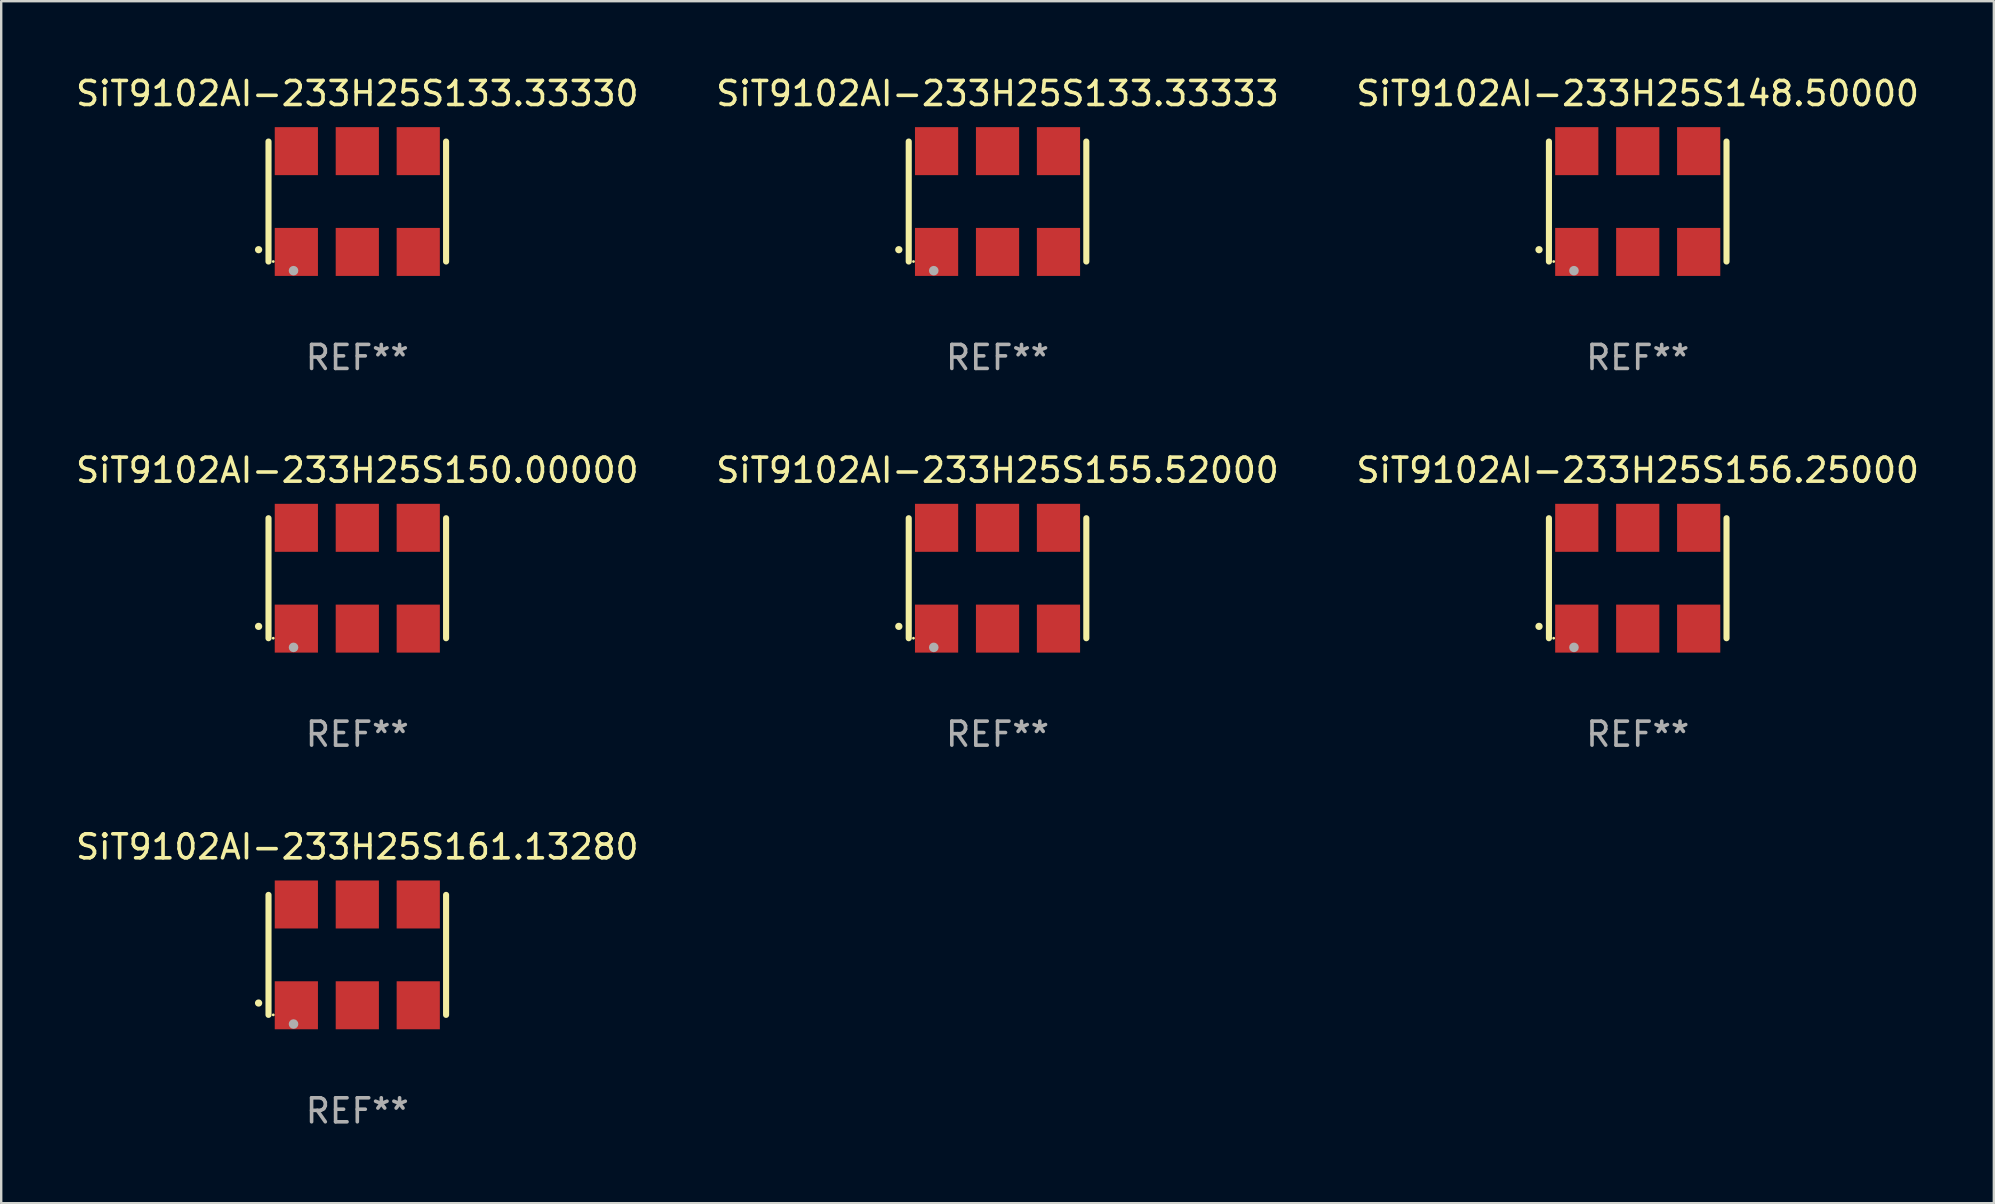
<source format=kicad_pcb>
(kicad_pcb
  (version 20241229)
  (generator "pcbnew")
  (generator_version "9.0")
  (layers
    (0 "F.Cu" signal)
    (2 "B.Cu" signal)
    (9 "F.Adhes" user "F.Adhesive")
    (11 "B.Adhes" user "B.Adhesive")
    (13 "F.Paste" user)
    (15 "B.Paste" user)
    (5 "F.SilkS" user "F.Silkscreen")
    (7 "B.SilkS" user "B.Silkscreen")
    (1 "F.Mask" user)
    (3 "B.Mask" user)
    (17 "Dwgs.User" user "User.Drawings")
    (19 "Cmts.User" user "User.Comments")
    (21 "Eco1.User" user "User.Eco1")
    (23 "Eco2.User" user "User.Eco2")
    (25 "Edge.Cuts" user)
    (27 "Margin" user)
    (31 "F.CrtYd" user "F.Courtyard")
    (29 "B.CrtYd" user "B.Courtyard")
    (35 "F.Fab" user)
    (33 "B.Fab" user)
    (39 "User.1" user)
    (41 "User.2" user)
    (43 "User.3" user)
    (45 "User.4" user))
  (footprint "SiT9102AI-233H25S155.52000"
    (layer "F.Cu")
    (at 38.518 21.045)
    (property "Reference" "SiT9102AI-233H25S155.52000" (at 0 -4.5 0) (layer "F.SilkS") (effects (font (size 1 1) (thickness 0.15))))
    (attr through_hole)
    (fp_line (start -3.7 -2.5) (end -3.7 2.5) (stroke (width 0.254) (type solid)) (layer "F.SilkS"))
    (fp_line (start 3.7 -2.5) (end 3.7 2.5) (stroke (width 0.254) (type solid)) (layer "F.SilkS"))
    (fp_arc (start -4.114415 2.006604) (mid -4.113145 2.006599) (end -4.111875 2.006604) (stroke (width 0.3) (type solid)) (layer "F.SilkS"))
    (fp_circle (center -3.502 2.5) (end -3.472 2.5) (stroke (width 0.06) (type solid)) (fill no) (layer "F.SilkS"))
    (fp_circle (center -2.657 2.882) (end -2.557 2.882) (stroke (width 0.2) (type solid)) (fill no) (layer "F.Fab"))
    (fp_text user "REF**" (at 0 6.5 0) (layer "F.Fab") (effects (font (size 1 1) (thickness 0.15))))
    (pad "1" smd rect (at -2.54 2.1) (size 1.8 2) (layers "F.Cu" "F.Mask" "F.Paste"))
    (pad "2" smd rect (at 0.000394 2.1) (size 1.8 2) (layers "F.Cu" "F.Mask" "F.Paste"))
    (pad "3" smd rect (at 2.54 2.1) (size 1.8 2) (layers "F.Cu" "F.Mask" "F.Paste"))
    (pad "4" smd rect (at 2.54 -2.1) (size 1.8 2) (layers "F.Cu" "F.Mask" "F.Paste"))
    (pad "5" smd rect (at 0.000394 -2.1) (size 1.8 2) (layers "F.Cu" "F.Mask" "F.Paste"))
    (pad "6" smd rect (at -2.54 -2.1) (size 1.8 2) (layers "F.Cu" "F.Mask" "F.Paste")))
  (footprint "SiT9102AI-233H25S161.13280"
    (layer "F.Cu")
    (at 11.839 36.741)
    (property "Reference" "SiT9102AI-233H25S161.13280" (at 0 -4.5 0) (layer "F.SilkS") (effects (font (size 1 1) (thickness 0.15))))
    (attr through_hole)
    (fp_line (start -3.7 -2.5) (end -3.7 2.5) (stroke (width 0.254) (type solid)) (layer "F.SilkS"))
    (fp_line (start 3.7 -2.5) (end 3.7 2.5) (stroke (width 0.254) (type solid)) (layer "F.SilkS"))
    (fp_arc (start -4.114415 2.006604) (mid -4.113145 2.006599) (end -4.111875 2.006604) (stroke (width 0.3) (type solid)) (layer "F.SilkS"))
    (fp_circle (center -3.502 2.5) (end -3.472 2.5) (stroke (width 0.06) (type solid)) (fill no) (layer "F.SilkS"))
    (fp_circle (center -2.657 2.882) (end -2.557 2.882) (stroke (width 0.2) (type solid)) (fill no) (layer "F.Fab"))
    (fp_text user "REF**" (at 0 6.5 0) (layer "F.Fab") (effects (font (size 1 1) (thickness 0.15))))
    (pad "1" smd rect (at -2.54 2.1) (size 1.8 2) (layers "F.Cu" "F.Mask" "F.Paste"))
    (pad "2" smd rect (at 0.000394 2.1) (size 1.8 2) (layers "F.Cu" "F.Mask" "F.Paste"))
    (pad "3" smd rect (at 2.54 2.1) (size 1.8 2) (layers "F.Cu" "F.Mask" "F.Paste"))
    (pad "4" smd rect (at 2.54 -2.1) (size 1.8 2) (layers "F.Cu" "F.Mask" "F.Paste"))
    (pad "5" smd rect (at 0.000394 -2.1) (size 1.8 2) (layers "F.Cu" "F.Mask" "F.Paste"))
    (pad "6" smd rect (at -2.54 -2.1) (size 1.8 2) (layers "F.Cu" "F.Mask" "F.Paste")))
  (footprint "SiT9102AI-233H25S133.33333"
    (layer "F.Cu")
    (at 38.518 5.348)
    (property "Reference" "SiT9102AI-233H25S133.33333" (at 0 -4.5 0) (layer "F.SilkS") (effects (font (size 1 1) (thickness 0.15))))
    (attr through_hole)
    (fp_line (start -3.7 -2.5) (end -3.7 2.5) (stroke (width 0.254) (type solid)) (layer "F.SilkS"))
    (fp_line (start 3.7 -2.5) (end 3.7 2.5) (stroke (width 0.254) (type solid)) (layer "F.SilkS"))
    (fp_arc (start -4.114415 2.006604) (mid -4.113145 2.006599) (end -4.111875 2.006604) (stroke (width 0.3) (type solid)) (layer "F.SilkS"))
    (fp_circle (center -3.502 2.5) (end -3.472 2.5) (stroke (width 0.06) (type solid)) (fill no) (layer "F.SilkS"))
    (fp_circle (center -2.657 2.882) (end -2.557 2.882) (stroke (width 0.2) (type solid)) (fill no) (layer "F.Fab"))
    (fp_text user "REF**" (at 0 6.5 0) (layer "F.Fab") (effects (font (size 1 1) (thickness 0.15))))
    (pad "1" smd rect (at -2.54 2.1) (size 1.8 2) (layers "F.Cu" "F.Mask" "F.Paste"))
    (pad "2" smd rect (at 0.000394 2.1) (size 1.8 2) (layers "F.Cu" "F.Mask" "F.Paste"))
    (pad "3" smd rect (at 2.54 2.1) (size 1.8 2) (layers "F.Cu" "F.Mask" "F.Paste"))
    (pad "4" smd rect (at 2.54 -2.1) (size 1.8 2) (layers "F.Cu" "F.Mask" "F.Paste"))
    (pad "5" smd rect (at 0.000394 -2.1) (size 1.8 2) (layers "F.Cu" "F.Mask" "F.Paste"))
    (pad "6" smd rect (at -2.54 -2.1) (size 1.8 2) (layers "F.Cu" "F.Mask" "F.Paste")))
  (footprint "SiT9102AI-233H25S148.50000"
    (layer "F.Cu")
    (at 65.196 5.348)
    (property "Reference" "SiT9102AI-233H25S148.50000" (at 0 -4.5 0) (layer "F.SilkS") (effects (font (size 1 1) (thickness 0.15))))
    (attr through_hole)
    (fp_line (start -3.7 -2.5) (end -3.7 2.5) (stroke (width 0.254) (type solid)) (layer "F.SilkS"))
    (fp_line (start 3.7 -2.5) (end 3.7 2.5) (stroke (width 0.254) (type solid)) (layer "F.SilkS"))
    (fp_arc (start -4.114415 2.006604) (mid -4.113145 2.006599) (end -4.111875 2.006604) (stroke (width 0.3) (type solid)) (layer "F.SilkS"))
    (fp_circle (center -3.502 2.5) (end -3.472 2.5) (stroke (width 0.06) (type solid)) (fill no) (layer "F.SilkS"))
    (fp_circle (center -2.657 2.882) (end -2.557 2.882) (stroke (width 0.2) (type solid)) (fill no) (layer "F.Fab"))
    (fp_text user "REF**" (at 0 6.5 0) (layer "F.Fab") (effects (font (size 1 1) (thickness 0.15))))
    (pad "1" smd rect (at -2.54 2.1) (size 1.8 2) (layers "F.Cu" "F.Mask" "F.Paste"))
    (pad "2" smd rect (at 0.000394 2.1) (size 1.8 2) (layers "F.Cu" "F.Mask" "F.Paste"))
    (pad "3" smd rect (at 2.54 2.1) (size 1.8 2) (layers "F.Cu" "F.Mask" "F.Paste"))
    (pad "4" smd rect (at 2.54 -2.1) (size 1.8 2) (layers "F.Cu" "F.Mask" "F.Paste"))
    (pad "5" smd rect (at 0.000394 -2.1) (size 1.8 2) (layers "F.Cu" "F.Mask" "F.Paste"))
    (pad "6" smd rect (at -2.54 -2.1) (size 1.8 2) (layers "F.Cu" "F.Mask" "F.Paste")))
  (footprint "SiT9102AI-233H25S150.00000"
    (layer "F.Cu")
    (at 11.839 21.045)
    (property "Reference" "SiT9102AI-233H25S150.00000" (at 0 -4.5 0) (layer "F.SilkS") (effects (font (size 1 1) (thickness 0.15))))
    (attr through_hole)
    (fp_line (start -3.7 -2.5) (end -3.7 2.5) (stroke (width 0.254) (type solid)) (layer "F.SilkS"))
    (fp_line (start 3.7 -2.5) (end 3.7 2.5) (stroke (width 0.254) (type solid)) (layer "F.SilkS"))
    (fp_arc (start -4.114415 2.006604) (mid -4.113145 2.006599) (end -4.111875 2.006604) (stroke (width 0.3) (type solid)) (layer "F.SilkS"))
    (fp_circle (center -3.502 2.5) (end -3.472 2.5) (stroke (width 0.06) (type solid)) (fill no) (layer "F.SilkS"))
    (fp_circle (center -2.657 2.882) (end -2.557 2.882) (stroke (width 0.2) (type solid)) (fill no) (layer "F.Fab"))
    (fp_text user "REF**" (at 0 6.5 0) (layer "F.Fab") (effects (font (size 1 1) (thickness 0.15))))
    (pad "1" smd rect (at -2.54 2.1) (size 1.8 2) (layers "F.Cu" "F.Mask" "F.Paste"))
    (pad "2" smd rect (at 0.000394 2.1) (size 1.8 2) (layers "F.Cu" "F.Mask" "F.Paste"))
    (pad "3" smd rect (at 2.54 2.1) (size 1.8 2) (layers "F.Cu" "F.Mask" "F.Paste"))
    (pad "4" smd rect (at 2.54 -2.1) (size 1.8 2) (layers "F.Cu" "F.Mask" "F.Paste"))
    (pad "5" smd rect (at 0.000394 -2.1) (size 1.8 2) (layers "F.Cu" "F.Mask" "F.Paste"))
    (pad "6" smd rect (at -2.54 -2.1) (size 1.8 2) (layers "F.Cu" "F.Mask" "F.Paste")))
  (footprint "SiT9102AI-233H25S133.33330"
    (layer "F.Cu")
    (at 11.839 5.348)
    (property "Reference" "SiT9102AI-233H25S133.33330" (at 0 -4.5 0) (layer "F.SilkS") (effects (font (size 1 1) (thickness 0.15))))
    (attr through_hole)
    (fp_line (start -3.7 -2.5) (end -3.7 2.5) (stroke (width 0.254) (type solid)) (layer "F.SilkS"))
    (fp_line (start 3.7 -2.5) (end 3.7 2.5) (stroke (width 0.254) (type solid)) (layer "F.SilkS"))
    (fp_arc (start -4.114415 2.006604) (mid -4.113145 2.006599) (end -4.111875 2.006604) (stroke (width 0.3) (type solid)) (layer "F.SilkS"))
    (fp_circle (center -3.502 2.5) (end -3.472 2.5) (stroke (width 0.06) (type solid)) (fill no) (layer "F.SilkS"))
    (fp_circle (center -2.657 2.882) (end -2.557 2.882) (stroke (width 0.2) (type solid)) (fill no) (layer "F.Fab"))
    (fp_text user "REF**" (at 0 6.5 0) (layer "F.Fab") (effects (font (size 1 1) (thickness 0.15))))
    (pad "1" smd rect (at -2.54 2.1) (size 1.8 2) (layers "F.Cu" "F.Mask" "F.Paste"))
    (pad "2" smd rect (at 0.000394 2.1) (size 1.8 2) (layers "F.Cu" "F.Mask" "F.Paste"))
    (pad "3" smd rect (at 2.54 2.1) (size 1.8 2) (layers "F.Cu" "F.Mask" "F.Paste"))
    (pad "4" smd rect (at 2.54 -2.1) (size 1.8 2) (layers "F.Cu" "F.Mask" "F.Paste"))
    (pad "5" smd rect (at 0.000394 -2.1) (size 1.8 2) (layers "F.Cu" "F.Mask" "F.Paste"))
    (pad "6" smd rect (at -2.54 -2.1) (size 1.8 2) (layers "F.Cu" "F.Mask" "F.Paste")))
  (footprint "SiT9102AI-233H25S156.25000"
    (layer "F.Cu")
    (at 65.196 21.045)
    (property "Reference" "SiT9102AI-233H25S156.25000" (at 0 -4.5 0) (layer "F.SilkS") (effects (font (size 1 1) (thickness 0.15))))
    (attr through_hole)
    (fp_line (start -3.7 -2.5) (end -3.7 2.5) (stroke (width 0.254) (type solid)) (layer "F.SilkS"))
    (fp_line (start 3.7 -2.5) (end 3.7 2.5) (stroke (width 0.254) (type solid)) (layer "F.SilkS"))
    (fp_arc (start -4.114415 2.006604) (mid -4.113145 2.006599) (end -4.111875 2.006604) (stroke (width 0.3) (type solid)) (layer "F.SilkS"))
    (fp_circle (center -3.502 2.5) (end -3.472 2.5) (stroke (width 0.06) (type solid)) (fill no) (layer "F.SilkS"))
    (fp_circle (center -2.657 2.882) (end -2.557 2.882) (stroke (width 0.2) (type solid)) (fill no) (layer "F.Fab"))
    (fp_text user "REF**" (at 0 6.5 0) (layer "F.Fab") (effects (font (size 1 1) (thickness 0.15))))
    (pad "1" smd rect (at -2.54 2.1) (size 1.8 2) (layers "F.Cu" "F.Mask" "F.Paste"))
    (pad "2" smd rect (at 0.000394 2.1) (size 1.8 2) (layers "F.Cu" "F.Mask" "F.Paste"))
    (pad "3" smd rect (at 2.54 2.1) (size 1.8 2) (layers "F.Cu" "F.Mask" "F.Paste"))
    (pad "4" smd rect (at 2.54 -2.1) (size 1.8 2) (layers "F.Cu" "F.Mask" "F.Paste"))
    (pad "5" smd rect (at 0.000394 -2.1) (size 1.8 2) (layers "F.Cu" "F.Mask" "F.Paste"))
    (pad "6" smd rect (at -2.54 -2.1) (size 1.8 2) (layers "F.Cu" "F.Mask" "F.Paste")))
  (gr_rect
    (start -3 -3)
    (end 80.036 47.09)
    (stroke (width 0.1) (type default))
    (fill no)
    (layer "Edge.Cuts")))
</source>
